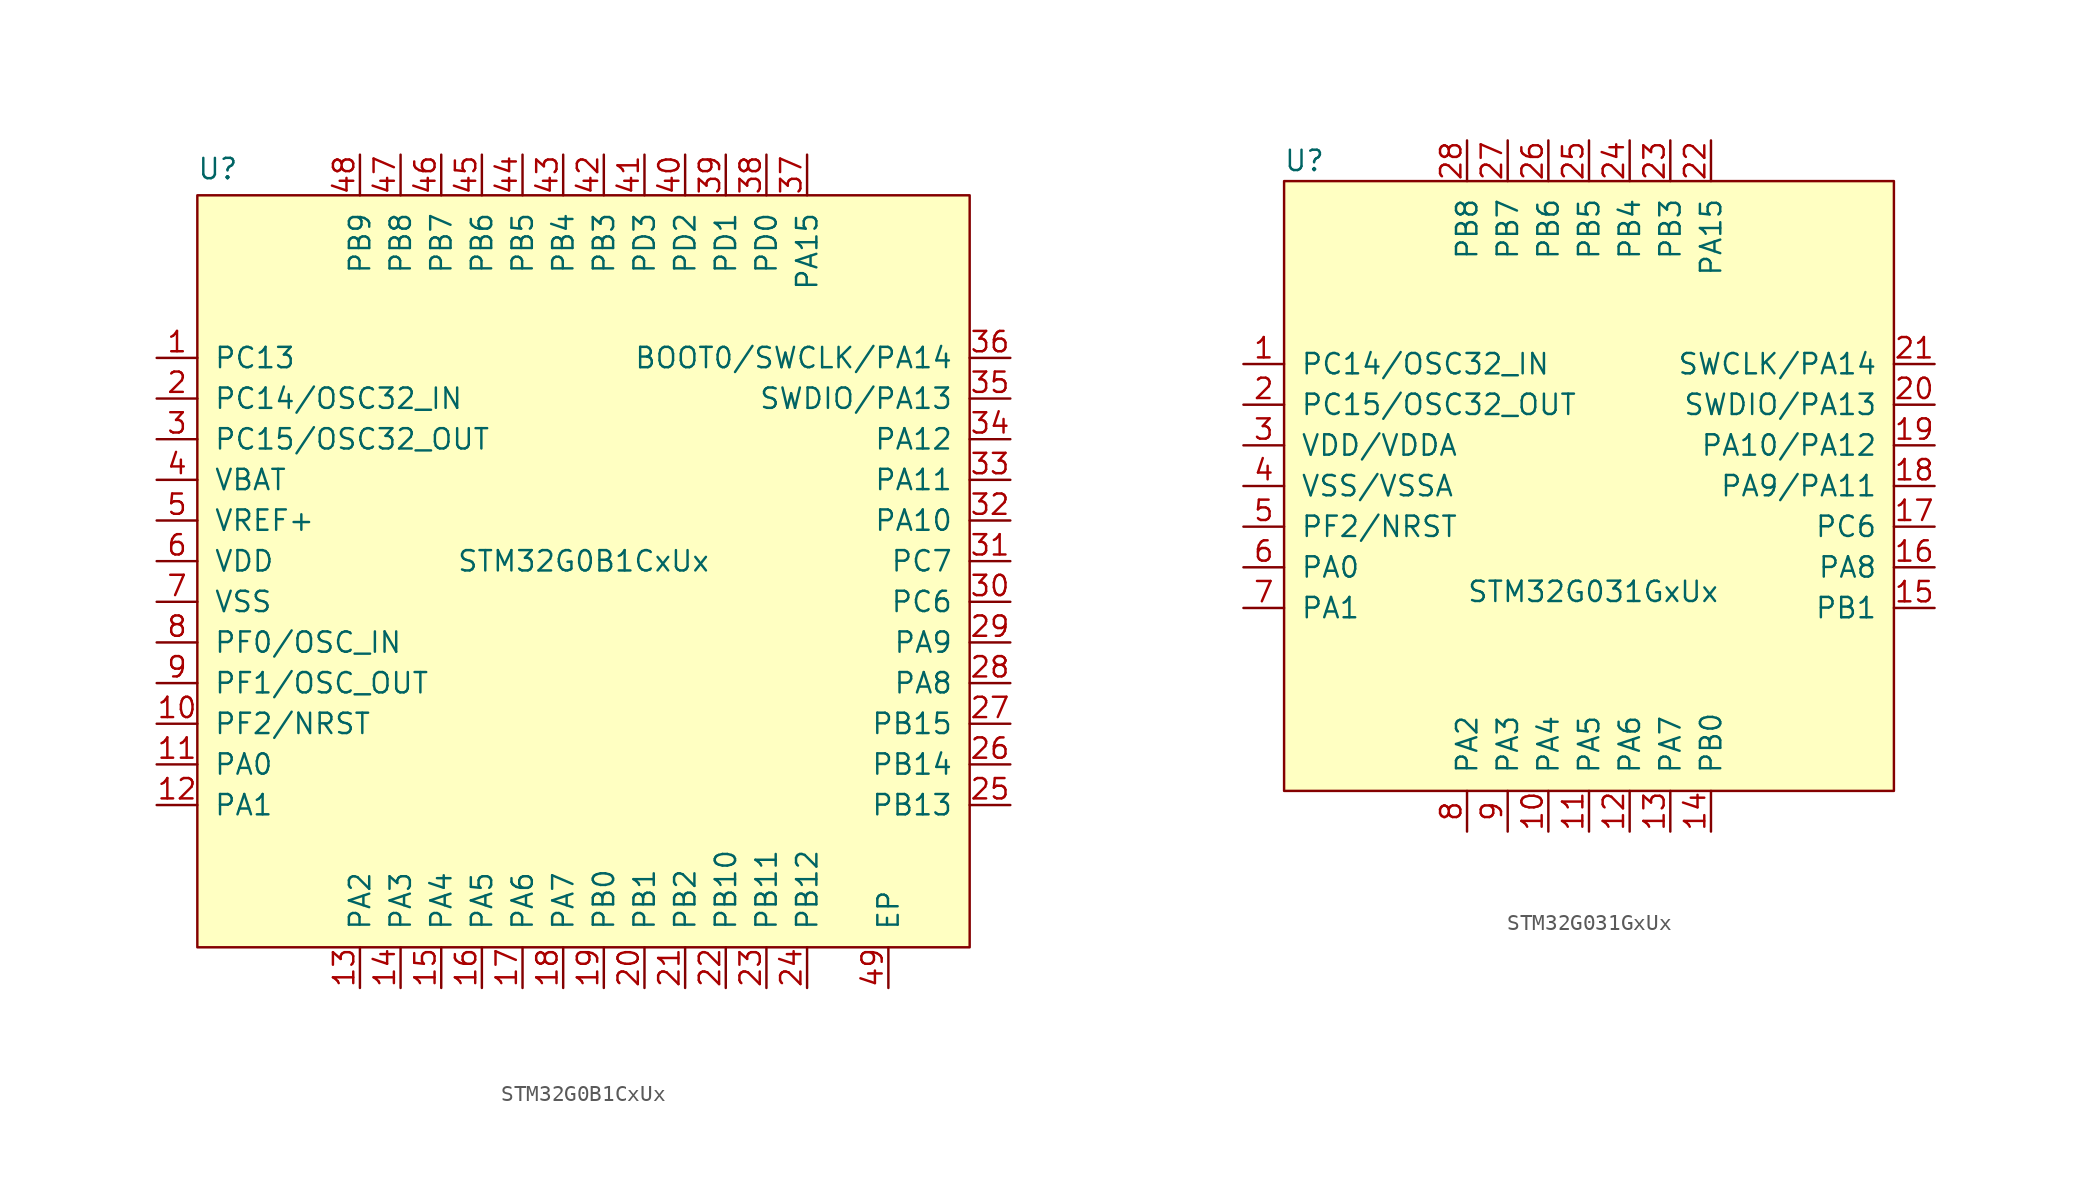
<source format=kicad_sym>
(kicad_symbol_lib
  (version 20241209)
  (generator "kicad_symbol_editor")
  (generator_version "9.0")
  (symbol "STM32G0B1CxUx"
    (pin_names
      (offset 1.016))
    (property "Reference" "U"
      (at 1.28 48.64 0)
      (effects (font (size 1.27 1.27))))
    (property "Value" "STM32G0B1CxUx"
      (at 24.13 24.13 0)
      (effects (font (size 1.27 1.27))))
    (symbol "STM32G0B1CxUx_0_1"
      (rectangle (start 0 46.99) (end 48.26 0) (stroke (width 0) (type default)) (fill (type background))))
    (symbol "STM32G0B1CxUx_1_1"
      (pin bidirectional line (at -2.54 36.83 0) (length 2.54) (name "PC13" (effects (font (size 1.27 1.27)))) (number "1" (effects (font (size 1.27 1.27)))))
      (pin bidirectional line (at -2.54 34.29 0) (length 2.54) (name "PC14/OSC32_IN" (effects (font (size 1.27 1.27)))) (number "2" (effects (font (size 1.27 1.27)))))
      (pin bidirectional line (at -2.54 31.75 0) (length 2.54) (name "PC15/OSC32_OUT" (effects (font (size 1.27 1.27)))) (number "3" (effects (font (size 1.27 1.27)))))
      (pin power_in line (at -2.54 29.21 0) (length 2.54) (name "VBAT" (effects (font (size 1.27 1.27)))) (number "4" (effects (font (size 1.27 1.27)))))
      (pin power_in line (at -2.54 26.67 0) (length 2.54) (name "VREF+" (effects (font (size 1.27 1.27)))) (number "5" (effects (font (size 1.27 1.27)))))
      (pin power_in line (at -2.54 24.13 0) (length 2.54) (name "VDD" (effects (font (size 1.27 1.27)))) (number "6" (effects (font (size 1.27 1.27)))))
      (pin power_in line (at -2.54 21.59 0) (length 2.54) (name "VSS" (effects (font (size 1.27 1.27)))) (number "7" (effects (font (size 1.27 1.27)))))
      (pin bidirectional line (at -2.54 19.05 0) (length 2.54) (name "PF0/OSC_IN" (effects (font (size 1.27 1.27)))) (number "8" (effects (font (size 1.27 1.27)))))
      (pin bidirectional line (at -2.54 16.51 0) (length 2.54) (name "PF1/OSC_OUT" (effects (font (size 1.27 1.27)))) (number "9" (effects (font (size 1.27 1.27)))))
      (pin bidirectional line (at -2.54 13.97 0) (length 2.54) (name "PF2/NRST" (effects (font (size 1.27 1.27)))) (number "10" (effects (font (size 1.27 1.27)))))
      (pin bidirectional line (at -2.54 11.43 0) (length 2.54) (name "PA0" (effects (font (size 1.27 1.27)))) (number "11" (effects (font (size 1.27 1.27)))))
      (pin bidirectional line (at -2.54 8.89 0) (length 2.54) (name "PA1" (effects (font (size 1.27 1.27)))) (number "12" (effects (font (size 1.27 1.27)))))
      (pin bidirectional line (at 10.16 49.53 270) (length 2.54) (name "PB9" (effects (font (size 1.27 1.27)))) (number "48" (effects (font (size 1.27 1.27)))))
      (pin bidirectional line (at 10.16 -2.54 90) (length 2.54) (name "PA2" (effects (font (size 1.27 1.27)))) (number "13" (effects (font (size 1.27 1.27)))))
      (pin bidirectional line (at 12.7 49.53 270) (length 2.54) (name "PB8" (effects (font (size 1.27 1.27)))) (number "47" (effects (font (size 1.27 1.27)))))
      (pin bidirectional line (at 12.7 -2.54 90) (length 2.54) (name "PA3" (effects (font (size 1.27 1.27)))) (number "14" (effects (font (size 1.27 1.27)))))
      (pin bidirectional line (at 15.24 49.53 270) (length 2.54) (name "PB7" (effects (font (size 1.27 1.27)))) (number "46" (effects (font (size 1.27 1.27)))))
      (pin bidirectional line (at 15.24 -2.54 90) (length 2.54) (name "PA4" (effects (font (size 1.27 1.27)))) (number "15" (effects (font (size 1.27 1.27)))))
      (pin bidirectional line (at 17.78 49.53 270) (length 2.54) (name "PB6" (effects (font (size 1.27 1.27)))) (number "45" (effects (font (size 1.27 1.27)))))
      (pin bidirectional line (at 17.78 -2.54 90) (length 2.54) (name "PA5" (effects (font (size 1.27 1.27)))) (number "16" (effects (font (size 1.27 1.27)))))
      (pin bidirectional line (at 20.32 49.53 270) (length 2.54) (name "PB5" (effects (font (size 1.27 1.27)))) (number "44" (effects (font (size 1.27 1.27)))))
      (pin bidirectional line (at 20.32 -2.54 90) (length 2.54) (name "PA6" (effects (font (size 1.27 1.27)))) (number "17" (effects (font (size 1.27 1.27)))))
      (pin bidirectional line (at 22.86 49.53 270) (length 2.54) (name "PB4" (effects (font (size 1.27 1.27)))) (number "43" (effects (font (size 1.27 1.27)))))
      (pin bidirectional line (at 22.86 -2.54 90) (length 2.54) (name "PA7" (effects (font (size 1.27 1.27)))) (number "18" (effects (font (size 1.27 1.27)))))
      (pin bidirectional line (at 25.4 49.53 270) (length 2.54) (name "PB3" (effects (font (size 1.27 1.27)))) (number "42" (effects (font (size 1.27 1.27)))))
      (pin bidirectional line (at 25.4 -2.54 90) (length 2.54) (name "PB0" (effects (font (size 1.27 1.27)))) (number "19" (effects (font (size 1.27 1.27)))))
      (pin bidirectional line (at 27.94 49.53 270) (length 2.54) (name "PD3" (effects (font (size 1.27 1.27)))) (number "41" (effects (font (size 1.27 1.27)))))
      (pin bidirectional line (at 27.94 -2.54 90) (length 2.54) (name "PB1" (effects (font (size 1.27 1.27)))) (number "20" (effects (font (size 1.27 1.27)))))
      (pin bidirectional line (at 30.48 49.53 270) (length 2.54) (name "PD2" (effects (font (size 1.27 1.27)))) (number "40" (effects (font (size 1.27 1.27)))))
      (pin bidirectional line (at 30.48 -2.54 90) (length 2.54) (name "PB2" (effects (font (size 1.27 1.27)))) (number "21" (effects (font (size 1.27 1.27)))))
      (pin bidirectional line (at 33.02 49.53 270) (length 2.54) (name "PD1" (effects (font (size 1.27 1.27)))) (number "39" (effects (font (size 1.27 1.27)))))
      (pin bidirectional line (at 33.02 -2.54 90) (length 2.54) (name "PB10" (effects (font (size 1.27 1.27)))) (number "22" (effects (font (size 1.27 1.27)))))
      (pin bidirectional line (at 35.56 49.53 270) (length 2.54) (name "PD0" (effects (font (size 1.27 1.27)))) (number "38" (effects (font (size 1.27 1.27)))))
      (pin bidirectional line (at 35.56 -2.54 90) (length 2.54) (name "PB11" (effects (font (size 1.27 1.27)))) (number "23" (effects (font (size 1.27 1.27)))))
      (pin bidirectional line (at 38.1 49.53 270) (length 2.54) (name "PA15" (effects (font (size 1.27 1.27)))) (number "37" (effects (font (size 1.27 1.27)))))
      (pin bidirectional line (at 38.1 -2.54 90) (length 2.54) (name "PB12" (effects (font (size 1.27 1.27)))) (number "24" (effects (font (size 1.27 1.27)))))
      (pin power_in line (at 43.18 -2.54 90) (length 2.54) (name "EP" (effects (font (size 1.27 1.27)))) (number "49" (effects (font (size 1.27 1.27)))))
      (pin bidirectional line (at 50.8 36.83 180) (length 2.54) (name "BOOT0/SWCLK/PA14" (effects (font (size 1.27 1.27)))) (number "36" (effects (font (size 1.27 1.27)))))
      (pin bidirectional line (at 50.8 34.29 180) (length 2.54) (name "SWDIO/PA13" (effects (font (size 1.27 1.27)))) (number "35" (effects (font (size 1.27 1.27)))))
      (pin bidirectional line (at 50.8 31.75 180) (length 2.54) (name "PA12" (effects (font (size 1.27 1.27)))) (number "34" (effects (font (size 1.27 1.27)))))
      (pin bidirectional line (at 50.8 29.21 180) (length 2.54) (name "PA11" (effects (font (size 1.27 1.27)))) (number "33" (effects (font (size 1.27 1.27)))))
      (pin bidirectional line (at 50.8 26.67 180) (length 2.54) (name "PA10" (effects (font (size 1.27 1.27)))) (number "32" (effects (font (size 1.27 1.27)))))
      (pin bidirectional line (at 50.8 24.13 180) (length 2.54) (name "PC7" (effects (font (size 1.27 1.27)))) (number "31" (effects (font (size 1.27 1.27)))))
      (pin bidirectional line (at 50.8 21.59 180) (length 2.54) (name "PC6" (effects (font (size 1.27 1.27)))) (number "30" (effects (font (size 1.27 1.27)))))
      (pin bidirectional line (at 50.8 19.05 180) (length 2.54) (name "PA9" (effects (font (size 1.27 1.27)))) (number "29" (effects (font (size 1.27 1.27)))))
      (pin bidirectional line (at 50.8 16.51 180) (length 2.54) (name "PA8" (effects (font (size 1.27 1.27)))) (number "28" (effects (font (size 1.27 1.27)))))
      (pin bidirectional line (at 50.8 13.97 180) (length 2.54) (name "PB15" (effects (font (size 1.27 1.27)))) (number "27" (effects (font (size 1.27 1.27)))))
      (pin bidirectional line (at 50.8 11.43 180) (length 2.54) (name "PB14" (effects (font (size 1.27 1.27)))) (number "26" (effects (font (size 1.27 1.27)))))
      (pin bidirectional line (at 50.8 8.89 180) (length 2.54) (name "PB13" (effects (font (size 1.27 1.27)))) (number "25" (effects (font (size 1.27 1.27)))))))
  (symbol "STM32G031GxUx"
    (pin_names
      (offset 1.016))
    (property "Reference" "U"
      (at 1.27 39.37 0)
      (effects (font (size 1.27 1.27))))
    (property "Value" "STM32G031GxUx"
      (at 19.304 12.446 0)
      (effects (font (size 1.27 1.27))))
    (symbol "STM32G031GxUx_0_1"
      (rectangle (start 0 38.1) (end 38.1 0) (stroke (width 0) (type default)) (fill (type background))))
    (symbol "STM32G031GxUx_1_1"
      (pin bidirectional line (at -2.54 26.67 0) (length 2.54) (name "PC14/OSC32_IN" (effects (font (size 1.27 1.27)))) (number "1" (effects (font (size 1.27 1.27)))))
      (pin bidirectional line (at -2.54 24.13 0) (length 2.54) (name "PC15/OSC32_OUT" (effects (font (size 1.27 1.27)))) (number "2" (effects (font (size 1.27 1.27)))))
      (pin power_in line (at -2.54 21.59 0) (length 2.54) (name "VDD/VDDA" (effects (font (size 1.27 1.27)))) (number "3" (effects (font (size 1.27 1.27)))))
      (pin power_in line (at -2.54 19.05 0) (length 2.54) (name "VSS/VSSA" (effects (font (size 1.27 1.27)))) (number "4" (effects (font (size 1.27 1.27)))))
      (pin bidirectional line (at -2.54 16.51 0) (length 2.54) (name "PF2/NRST" (effects (font (size 1.27 1.27)))) (number "5" (effects (font (size 1.27 1.27)))))
      (pin bidirectional line (at -2.54 13.97 0) (length 2.54) (name "PA0" (effects (font (size 1.27 1.27)))) (number "6" (effects (font (size 1.27 1.27)))))
      (pin bidirectional line (at -2.54 11.43 0) (length 2.54) (name "PA1" (effects (font (size 1.27 1.27)))) (number "7" (effects (font (size 1.27 1.27)))))
      (pin bidirectional line (at 11.43 40.64 270) (length 2.54) (name "PB8" (effects (font (size 1.27 1.27)))) (number "28" (effects (font (size 1.27 1.27)))))
      (pin bidirectional line (at 11.43 -2.54 90) (length 2.54) (name "PA2" (effects (font (size 1.27 1.27)))) (number "8" (effects (font (size 1.27 1.27)))))
      (pin bidirectional line (at 13.97 40.64 270) (length 2.54) (name "PB7" (effects (font (size 1.27 1.27)))) (number "27" (effects (font (size 1.27 1.27)))))
      (pin bidirectional line (at 13.97 -2.54 90) (length 2.54) (name "PA3" (effects (font (size 1.27 1.27)))) (number "9" (effects (font (size 1.27 1.27)))))
      (pin bidirectional line (at 16.51 40.64 270) (length 2.54) (name "PB6" (effects (font (size 1.27 1.27)))) (number "26" (effects (font (size 1.27 1.27)))))
      (pin bidirectional line (at 16.51 -2.54 90) (length 2.54) (name "PA4" (effects (font (size 1.27 1.27)))) (number "10" (effects (font (size 1.27 1.27)))))
      (pin bidirectional line (at 19.05 40.64 270) (length 2.54) (name "PB5" (effects (font (size 1.27 1.27)))) (number "25" (effects (font (size 1.27 1.27)))))
      (pin bidirectional line (at 19.05 -2.54 90) (length 2.54) (name "PA5" (effects (font (size 1.27 1.27)))) (number "11" (effects (font (size 1.27 1.27)))))
      (pin bidirectional line (at 21.59 40.64 270) (length 2.54) (name "PB4" (effects (font (size 1.27 1.27)))) (number "24" (effects (font (size 1.27 1.27)))))
      (pin bidirectional line (at 21.59 -2.54 90) (length 2.54) (name "PA6" (effects (font (size 1.27 1.27)))) (number "12" (effects (font (size 1.27 1.27)))))
      (pin bidirectional line (at 24.13 40.64 270) (length 2.54) (name "PB3" (effects (font (size 1.27 1.27)))) (number "23" (effects (font (size 1.27 1.27)))))
      (pin bidirectional line (at 24.13 -2.54 90) (length 2.54) (name "PA7" (effects (font (size 1.27 1.27)))) (number "13" (effects (font (size 1.27 1.27)))))
      (pin bidirectional line (at 26.67 40.64 270) (length 2.54) (name "PA15" (effects (font (size 1.27 1.27)))) (number "22" (effects (font (size 1.27 1.27)))))
      (pin bidirectional line (at 26.67 -2.54 90) (length 2.54) (name "PB0" (effects (font (size 1.27 1.27)))) (number "14" (effects (font (size 1.27 1.27)))))
      (pin bidirectional line (at 40.64 26.67 180) (length 2.54) (name "SWCLK/PA14" (effects (font (size 1.27 1.27)))) (number "21" (effects (font (size 1.27 1.27)))))
      (pin bidirectional line (at 40.64 24.13 180) (length 2.54) (name "SWDIO/PA13" (effects (font (size 1.27 1.27)))) (number "20" (effects (font (size 1.27 1.27)))))
      (pin bidirectional line (at 40.64 21.59 180) (length 2.54) (name "PA10/PA12" (effects (font (size 1.27 1.27)))) (number "19" (effects (font (size 1.27 1.27)))))
      (pin bidirectional line (at 40.64 19.05 180) (length 2.54) (name "PA9/PA11" (effects (font (size 1.27 1.27)))) (number "18" (effects (font (size 1.27 1.27)))))
      (pin bidirectional line (at 40.64 16.51 180) (length 2.54) (name "PC6" (effects (font (size 1.27 1.27)))) (number "17" (effects (font (size 1.27 1.27)))))
      (pin bidirectional line (at 40.64 13.97 180) (length 2.54) (name "PA8" (effects (font (size 1.27 1.27)))) (number "16" (effects (font (size 1.27 1.27)))))
      (pin bidirectional line (at 40.64 11.43 180) (length 2.54) (name "PB1" (effects (font (size 1.27 1.27)))) (number "15" (effects (font (size 1.27 1.27))))))))
</source>
